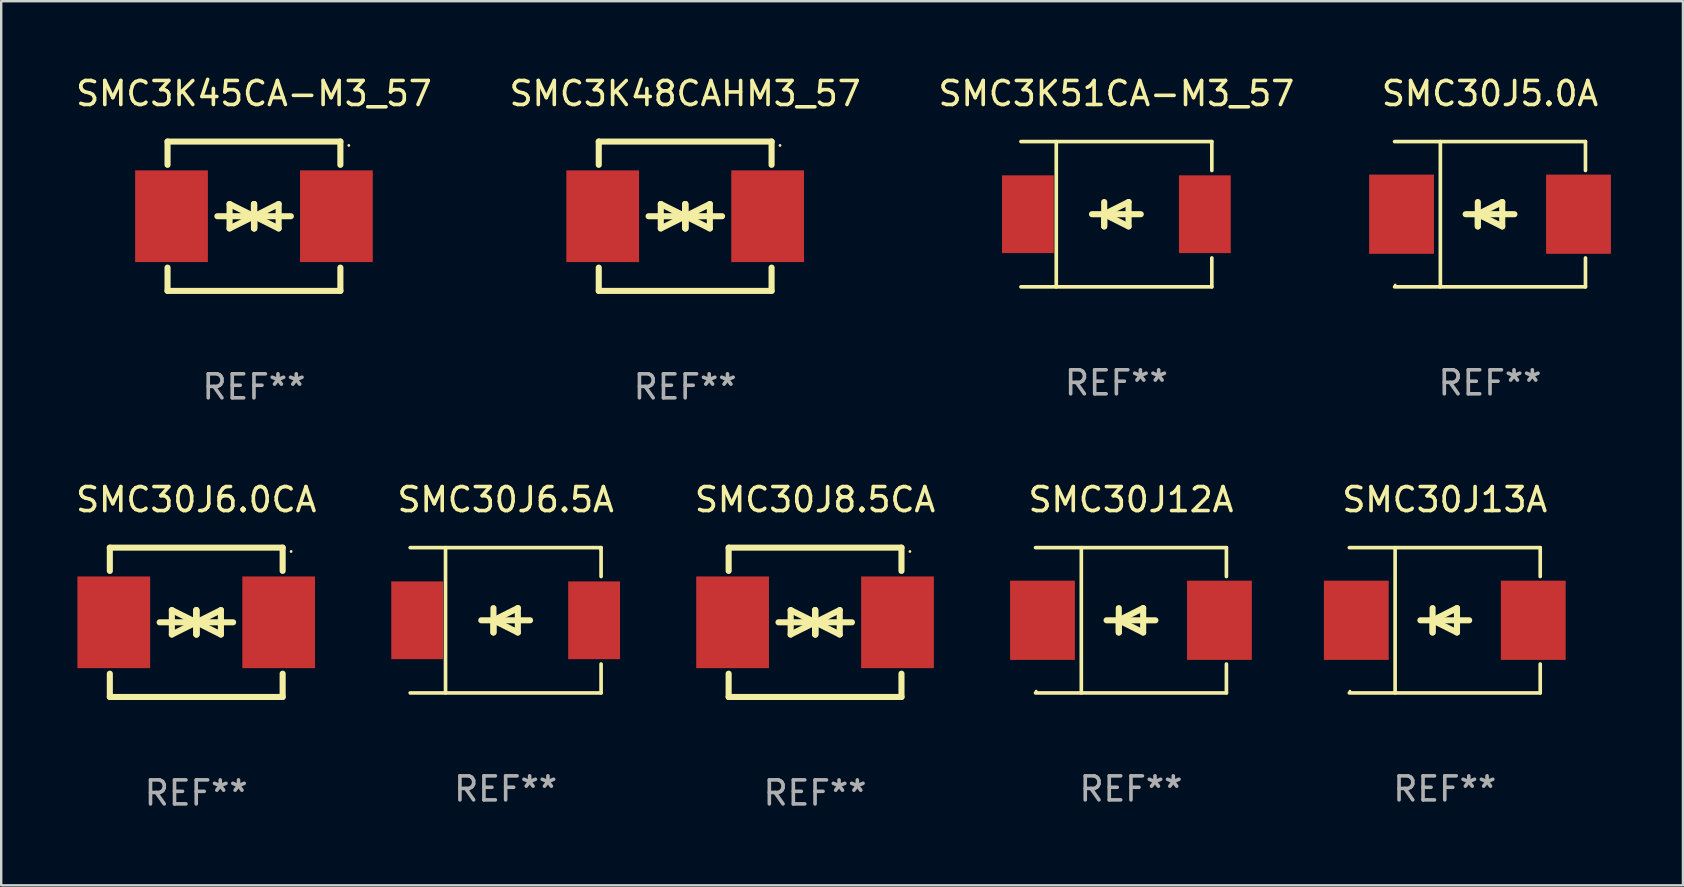
<source format=kicad_pcb>
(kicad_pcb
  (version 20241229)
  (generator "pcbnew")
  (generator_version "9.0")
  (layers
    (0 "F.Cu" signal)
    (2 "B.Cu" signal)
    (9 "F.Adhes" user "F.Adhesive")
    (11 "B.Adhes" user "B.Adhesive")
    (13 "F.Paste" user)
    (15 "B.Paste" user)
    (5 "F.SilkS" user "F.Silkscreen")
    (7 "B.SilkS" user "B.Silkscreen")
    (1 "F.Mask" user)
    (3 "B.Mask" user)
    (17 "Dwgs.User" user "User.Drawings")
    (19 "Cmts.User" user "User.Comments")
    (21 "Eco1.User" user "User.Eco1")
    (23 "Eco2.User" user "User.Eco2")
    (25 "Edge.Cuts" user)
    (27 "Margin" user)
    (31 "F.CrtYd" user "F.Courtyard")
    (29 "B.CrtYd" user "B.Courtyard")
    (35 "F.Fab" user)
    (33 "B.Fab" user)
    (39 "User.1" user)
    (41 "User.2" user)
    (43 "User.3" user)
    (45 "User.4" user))
  (footprint "SMC30J13A"
    (layer "F.Cu")
    (at 57.139 22.791)
    (property "Reference" "SMC30J13A" (at 0 -5.026 0) (layer "F.SilkS") (effects (font (size 1 1) (thickness 0.15))))
    (attr through_hole)
    (fp_line (start -3.976 -3.026) (end 3.976 -3.026) (stroke (width 0.152) (type solid)) (layer "F.SilkS"))
    (fp_line (start -3.976 3.026) (end 3.976 3.026) (stroke (width 0.152) (type solid)) (layer "F.SilkS"))
    (fp_line (start -2.069 -3.026) (end -2.069 3.026) (stroke (width 0.152) (type solid)) (layer "F.SilkS"))
    (fp_line (start -0.508 0) (end -0.508 0.508) (stroke (width 0.254) (type solid)) (layer "F.SilkS"))
    (fp_line (start -0.508 0) (end 0.508 0.508) (stroke (width 0.254) (type solid)) (layer "F.SilkS"))
    (fp_line (start -0.508 0.508) (end -0.508 -0.508) (stroke (width 0.254) (type solid)) (layer "F.SilkS"))
    (fp_line (start 0.508 -0.508) (end -0.508 0) (stroke (width 0.254) (type solid)) (layer "F.SilkS"))
    (fp_line (start 0.508 0.508) (end 0.508 -0.508) (stroke (width 0.254) (type solid)) (layer "F.SilkS"))
    (fp_line (start 1.016 0) (end -1.016 0) (stroke (width 0.254) (type solid)) (layer "F.SilkS"))
    (fp_line (start 3.976 -3.026) (end 3.976 -1.823) (stroke (width 0.152) (type solid)) (layer "F.SilkS"))
    (fp_line (start 3.976 3.026) (end 3.976 1.823) (stroke (width 0.152) (type solid)) (layer "F.SilkS"))
    (fp_circle (center -3.95 2.95) (end -3.92 2.95) (stroke (width 0.06) (type solid)) (fill no) (layer "F.SilkS"))
    (fp_text user "REF**" (at 0 7.026 0) (layer "F.Fab") (effects (font (size 1 1) (thickness 0.15))))
    (pad "1" smd rect (at -3.686 0) (size 2.7 3.3) (layers "F.Cu" "F.Mask" "F.Paste"))
    (pad "2" smd rect (at 3.686 0) (size 2.7 3.3) (layers "F.Cu" "F.Mask" "F.Paste")))
  (footprint "SMC3K51CA-M3_57"
    (layer "F.Cu")
    (at 43.458 5.874)
    (property "Reference" "SMC3K51CA-M3_57" (at 0 -5.026 0) (layer "F.SilkS") (effects (font (size 1 1) (thickness 0.15))))
    (attr through_hole)
    (fp_line (start -3.976 -3.026) (end 3.976 -3.026) (stroke (width 0.152) (type solid)) (layer "F.SilkS"))
    (fp_line (start -3.976 3.026) (end 3.976 3.026) (stroke (width 0.152) (type solid)) (layer "F.SilkS"))
    (fp_line (start -2.504 -3.026) (end -2.504 3.026) (stroke (width 0.152) (type solid)) (layer "F.SilkS"))
    (fp_line (start -0.508 0) (end -0.508 0.508) (stroke (width 0.254) (type solid)) (layer "F.SilkS"))
    (fp_line (start -0.508 0) (end 0.508 0.508) (stroke (width 0.254) (type solid)) (layer "F.SilkS"))
    (fp_line (start -0.508 0.508) (end -0.508 -0.508) (stroke (width 0.254) (type solid)) (layer "F.SilkS"))
    (fp_line (start 0.508 -0.508) (end -0.508 0) (stroke (width 0.254) (type solid)) (layer "F.SilkS"))
    (fp_line (start 0.508 0.508) (end 0.508 -0.508) (stroke (width 0.254) (type solid)) (layer "F.SilkS"))
    (fp_line (start 1.016 0) (end -1.016 0) (stroke (width 0.254) (type solid)) (layer "F.SilkS"))
    (fp_line (start 3.976 -3.026) (end 3.976 -1.823) (stroke (width 0.152) (type solid)) (layer "F.SilkS"))
    (fp_line (start 3.976 3.026) (end 3.976 1.823) (stroke (width 0.152) (type solid)) (layer "F.SilkS"))
    (fp_circle (center 3.95 -2.95) (end 3.98 -2.95) (stroke (width 0.06) (type solid)) (fill no) (layer "F.SilkS"))
    (fp_text user "REF**" (at 0 7.026 0) (layer "F.Fab") (effects (font (size 1 1) (thickness 0.15))))
    (pad "1" smd rect (at 3.686 0 180) (size 2.158 3.24) (layers "F.Cu" "F.Mask" "F.Paste"))
    (pad "2" smd rect (at -3.686 0 180) (size 2.158 3.24) (layers "F.Cu" "F.Mask" "F.Paste")))
  (footprint "SMC30J12A"
    (layer "F.Cu")
    (at 44.066 22.791)
    (property "Reference" "SMC30J12A" (at 0 -5.026 0) (layer "F.SilkS") (effects (font (size 1 1) (thickness 0.15))))
    (attr through_hole)
    (fp_line (start -3.976 -3.026) (end 3.976 -3.026) (stroke (width 0.152) (type solid)) (layer "F.SilkS"))
    (fp_line (start -3.976 3.026) (end 3.976 3.026) (stroke (width 0.152) (type solid)) (layer "F.SilkS"))
    (fp_line (start -2.069 -3.026) (end -2.069 3.026) (stroke (width 0.152) (type solid)) (layer "F.SilkS"))
    (fp_line (start -0.508 0) (end -0.508 0.508) (stroke (width 0.254) (type solid)) (layer "F.SilkS"))
    (fp_line (start -0.508 0) (end 0.508 0.508) (stroke (width 0.254) (type solid)) (layer "F.SilkS"))
    (fp_line (start -0.508 0.508) (end -0.508 -0.508) (stroke (width 0.254) (type solid)) (layer "F.SilkS"))
    (fp_line (start 0.508 -0.508) (end -0.508 0) (stroke (width 0.254) (type solid)) (layer "F.SilkS"))
    (fp_line (start 0.508 0.508) (end 0.508 -0.508) (stroke (width 0.254) (type solid)) (layer "F.SilkS"))
    (fp_line (start 1.016 0) (end -1.016 0) (stroke (width 0.254) (type solid)) (layer "F.SilkS"))
    (fp_line (start 3.976 -3.026) (end 3.976 -1.823) (stroke (width 0.152) (type solid)) (layer "F.SilkS"))
    (fp_line (start 3.976 3.026) (end 3.976 1.823) (stroke (width 0.152) (type solid)) (layer "F.SilkS"))
    (fp_circle (center -3.95 2.95) (end -3.92 2.95) (stroke (width 0.06) (type solid)) (fill no) (layer "F.SilkS"))
    (fp_text user "REF**" (at 0 7.026 0) (layer "F.Fab") (effects (font (size 1 1) (thickness 0.15))))
    (pad "1" smd rect (at -3.686 0) (size 2.7 3.3) (layers "F.Cu" "F.Mask" "F.Paste"))
    (pad "2" smd rect (at 3.686 0) (size 2.7 3.3) (layers "F.Cu" "F.Mask" "F.Paste")))
  (footprint "SMC30J6.0CA"
    (layer "F.Cu")
    (at 5.125 22.875)
    (property "Reference" "SMC30J6.0CA" (at 0 -5.11 0) (layer "F.SilkS") (effects (font (size 1 1) (thickness 0.15))))
    (attr through_hole)
    (fp_line (start -3.6 -2.141) (end -3.6 -3.11) (stroke (width 0.254) (type solid)) (layer "F.SilkS"))
    (fp_line (start -3.6 3.11) (end -3.6 2.141) (stroke (width 0.254) (type solid)) (layer "F.SilkS"))
    (fp_line (start -1.524 0) (end 0.508 0) (stroke (width 0.254) (type solid)) (layer "F.SilkS"))
    (fp_line (start -1.016 -0.508) (end -1.016 0.508) (stroke (width 0.254) (type solid)) (layer "F.SilkS"))
    (fp_line (start -1.016 0.508) (end 0 0) (stroke (width 0.254) (type solid)) (layer "F.SilkS"))
    (fp_line (start 0 -0.508) (end 0 0.508) (stroke (width 0.254) (type solid)) (layer "F.SilkS"))
    (fp_line (start 0 0) (end -1.016 -0.508) (stroke (width 0.254) (type solid)) (layer "F.SilkS"))
    (fp_line (start 0 0) (end 0 -0.508) (stroke (width 0.254) (type solid)) (layer "F.SilkS"))
    (fp_line (start 0.012 0) (end 0.012 0.508) (stroke (width 0.254) (type solid)) (layer "F.SilkS"))
    (fp_line (start 0.012 0) (end 1.028 0.508) (stroke (width 0.254) (type solid)) (layer "F.SilkS"))
    (fp_line (start 0.012 0.508) (end 0.012 -0.508) (stroke (width 0.254) (type solid)) (layer "F.SilkS"))
    (fp_line (start 1.028 -0.508) (end 0.012 0) (stroke (width 0.254) (type solid)) (layer "F.SilkS"))
    (fp_line (start 1.028 0.508) (end 1.028 -0.508) (stroke (width 0.254) (type solid)) (layer "F.SilkS"))
    (fp_line (start 1.536 0) (end -0.496 0) (stroke (width 0.254) (type solid)) (layer "F.SilkS"))
    (fp_line (start 3.6 -3.11) (end -3.6 -3.11) (stroke (width 0.254) (type solid)) (layer "F.SilkS"))
    (fp_line (start 3.6 -2.141) (end 3.6 -3.11) (stroke (width 0.254) (type solid)) (layer "F.SilkS"))
    (fp_line (start 3.6 3.11) (end -3.6 3.11) (stroke (width 0.254) (type solid)) (layer "F.SilkS"))
    (fp_line (start 3.6 3.11) (end 3.6 2.141) (stroke (width 0.254) (type solid)) (layer "F.SilkS"))
    (fp_circle (center 3.952 -2.95) (end 3.982 -2.95) (stroke (width 0.06) (type solid)) (fill no) (layer "F.SilkS"))
    (fp_text user "REF**" (at 0 7.11 0) (layer "F.Fab") (effects (font (size 1 1) (thickness 0.15))))
    (pad "1" smd rect (at 3.435 0) (size 3.03 3.82) (layers "F.Cu" "F.Mask" "F.Paste"))
    (pad "2" smd rect (at -3.435 0) (size 3.03 3.82) (layers "F.Cu" "F.Mask" "F.Paste")))
  (footprint "SMC30J6.5A"
    (layer "F.Cu")
    (at 18.015 22.791)
    (property "Reference" "SMC30J6.5A" (at 0 -5.026 0) (layer "F.SilkS") (effects (font (size 1 1) (thickness 0.15))))
    (attr through_hole)
    (fp_line (start -3.976 -3.026) (end 3.976 -3.026) (stroke (width 0.152) (type solid)) (layer "F.SilkS"))
    (fp_line (start -3.976 3.026) (end 3.976 3.026) (stroke (width 0.152) (type solid)) (layer "F.SilkS"))
    (fp_line (start -2.504 -3.026) (end -2.504 3.026) (stroke (width 0.152) (type solid)) (layer "F.SilkS"))
    (fp_line (start -0.508 0) (end -0.508 0.508) (stroke (width 0.254) (type solid)) (layer "F.SilkS"))
    (fp_line (start -0.508 0) (end 0.508 0.508) (stroke (width 0.254) (type solid)) (layer "F.SilkS"))
    (fp_line (start -0.508 0.508) (end -0.508 -0.508) (stroke (width 0.254) (type solid)) (layer "F.SilkS"))
    (fp_line (start 0.508 -0.508) (end -0.508 0) (stroke (width 0.254) (type solid)) (layer "F.SilkS"))
    (fp_line (start 0.508 0.508) (end 0.508 -0.508) (stroke (width 0.254) (type solid)) (layer "F.SilkS"))
    (fp_line (start 1.016 0) (end -1.016 0) (stroke (width 0.254) (type solid)) (layer "F.SilkS"))
    (fp_line (start 3.976 -3.026) (end 3.976 -1.823) (stroke (width 0.152) (type solid)) (layer "F.SilkS"))
    (fp_line (start 3.976 3.026) (end 3.976 1.823) (stroke (width 0.152) (type solid)) (layer "F.SilkS"))
    (fp_circle (center 3.95 -2.95) (end 3.98 -2.95) (stroke (width 0.06) (type solid)) (fill no) (layer "F.SilkS"))
    (fp_text user "REF**" (at 0 7.026 0) (layer "F.Fab") (effects (font (size 1 1) (thickness 0.15))))
    (pad "1" smd rect (at 3.686 0 180) (size 2.158 3.24) (layers "F.Cu" "F.Mask" "F.Paste"))
    (pad "2" smd rect (at -3.686 0 180) (size 2.158 3.24) (layers "F.Cu" "F.Mask" "F.Paste")))
  (footprint "SMC30J5.0A"
    (layer "F.Cu")
    (at 59.024 5.874)
    (property "Reference" "SMC30J5.0A" (at 0 -5.026 0) (layer "F.SilkS") (effects (font (size 1 1) (thickness 0.15))))
    (attr through_hole)
    (fp_line (start -3.976 -3.026) (end 3.976 -3.026) (stroke (width 0.152) (type solid)) (layer "F.SilkS"))
    (fp_line (start -3.976 3.026) (end 3.976 3.026) (stroke (width 0.152) (type solid)) (layer "F.SilkS"))
    (fp_line (start -2.069 -3.026) (end -2.069 3.026) (stroke (width 0.152) (type solid)) (layer "F.SilkS"))
    (fp_line (start -0.508 0) (end -0.508 0.508) (stroke (width 0.254) (type solid)) (layer "F.SilkS"))
    (fp_line (start -0.508 0) (end 0.508 0.508) (stroke (width 0.254) (type solid)) (layer "F.SilkS"))
    (fp_line (start -0.508 0.508) (end -0.508 -0.508) (stroke (width 0.254) (type solid)) (layer "F.SilkS"))
    (fp_line (start 0.508 -0.508) (end -0.508 0) (stroke (width 0.254) (type solid)) (layer "F.SilkS"))
    (fp_line (start 0.508 0.508) (end 0.508 -0.508) (stroke (width 0.254) (type solid)) (layer "F.SilkS"))
    (fp_line (start 1.016 0) (end -1.016 0) (stroke (width 0.254) (type solid)) (layer "F.SilkS"))
    (fp_line (start 3.976 -3.026) (end 3.976 -1.823) (stroke (width 0.152) (type solid)) (layer "F.SilkS"))
    (fp_line (start 3.976 3.026) (end 3.976 1.823) (stroke (width 0.152) (type solid)) (layer "F.SilkS"))
    (fp_circle (center -3.95 2.95) (end -3.92 2.95) (stroke (width 0.06) (type solid)) (fill no) (layer "F.SilkS"))
    (fp_text user "REF**" (at 0 7.026 0) (layer "F.Fab") (effects (font (size 1 1) (thickness 0.15))))
    (pad "1" smd rect (at -3.686 0) (size 2.7 3.3) (layers "F.Cu" "F.Mask" "F.Paste"))
    (pad "2" smd rect (at 3.686 0) (size 2.7 3.3) (layers "F.Cu" "F.Mask" "F.Paste")))
  (footprint "SMC30J8.5CA"
    (layer "F.Cu")
    (at 30.905 22.875)
    (property "Reference" "SMC30J8.5CA" (at 0 -5.11 0) (layer "F.SilkS") (effects (font (size 1 1) (thickness 0.15))))
    (attr through_hole)
    (fp_line (start -3.6 -2.141) (end -3.6 -3.11) (stroke (width 0.254) (type solid)) (layer "F.SilkS"))
    (fp_line (start -3.6 3.11) (end -3.6 2.141) (stroke (width 0.254) (type solid)) (layer "F.SilkS"))
    (fp_line (start -1.524 0) (end 0.508 0) (stroke (width 0.254) (type solid)) (layer "F.SilkS"))
    (fp_line (start -1.016 -0.508) (end -1.016 0.508) (stroke (width 0.254) (type solid)) (layer "F.SilkS"))
    (fp_line (start -1.016 0.508) (end 0 0) (stroke (width 0.254) (type solid)) (layer "F.SilkS"))
    (fp_line (start 0 -0.508) (end 0 0.508) (stroke (width 0.254) (type solid)) (layer "F.SilkS"))
    (fp_line (start 0 0) (end -1.016 -0.508) (stroke (width 0.254) (type solid)) (layer "F.SilkS"))
    (fp_line (start 0 0) (end 0 -0.508) (stroke (width 0.254) (type solid)) (layer "F.SilkS"))
    (fp_line (start 0.012 0) (end 0.012 0.508) (stroke (width 0.254) (type solid)) (layer "F.SilkS"))
    (fp_line (start 0.012 0) (end 1.028 0.508) (stroke (width 0.254) (type solid)) (layer "F.SilkS"))
    (fp_line (start 0.012 0.508) (end 0.012 -0.508) (stroke (width 0.254) (type solid)) (layer "F.SilkS"))
    (fp_line (start 1.028 -0.508) (end 0.012 0) (stroke (width 0.254) (type solid)) (layer "F.SilkS"))
    (fp_line (start 1.028 0.508) (end 1.028 -0.508) (stroke (width 0.254) (type solid)) (layer "F.SilkS"))
    (fp_line (start 1.536 0) (end -0.496 0) (stroke (width 0.254) (type solid)) (layer "F.SilkS"))
    (fp_line (start 3.6 -3.11) (end -3.6 -3.11) (stroke (width 0.254) (type solid)) (layer "F.SilkS"))
    (fp_line (start 3.6 -2.141) (end 3.6 -3.11) (stroke (width 0.254) (type solid)) (layer "F.SilkS"))
    (fp_line (start 3.6 3.11) (end -3.6 3.11) (stroke (width 0.254) (type solid)) (layer "F.SilkS"))
    (fp_line (start 3.6 3.11) (end 3.6 2.141) (stroke (width 0.254) (type solid)) (layer "F.SilkS"))
    (fp_circle (center 3.952 -2.95) (end 3.982 -2.95) (stroke (width 0.06) (type solid)) (fill no) (layer "F.SilkS"))
    (fp_text user "REF**" (at 0 7.11 0) (layer "F.Fab") (effects (font (size 1 1) (thickness 0.15))))
    (pad "1" smd rect (at 3.435 0) (size 3.03 3.82) (layers "F.Cu" "F.Mask" "F.Paste"))
    (pad "2" smd rect (at -3.435 0) (size 3.03 3.82) (layers "F.Cu" "F.Mask" "F.Paste")))
  (footprint "SMC3K48CAHM3_57"
    (layer "F.Cu")
    (at 25.494 5.958)
    (property "Reference" "SMC3K48CAHM3_57" (at 0 -5.11 0) (layer "F.SilkS") (effects (font (size 1 1) (thickness 0.15))))
    (attr through_hole)
    (fp_line (start -3.6 -2.141) (end -3.6 -3.11) (stroke (width 0.254) (type solid)) (layer "F.SilkS"))
    (fp_line (start -3.6 3.11) (end -3.6 2.141) (stroke (width 0.254) (type solid)) (layer "F.SilkS"))
    (fp_line (start -1.524 0) (end 0.508 0) (stroke (width 0.254) (type solid)) (layer "F.SilkS"))
    (fp_line (start -1.016 -0.508) (end -1.016 0.508) (stroke (width 0.254) (type solid)) (layer "F.SilkS"))
    (fp_line (start -1.016 0.508) (end 0 0) (stroke (width 0.254) (type solid)) (layer "F.SilkS"))
    (fp_line (start 0 -0.508) (end 0 0.508) (stroke (width 0.254) (type solid)) (layer "F.SilkS"))
    (fp_line (start 0 0) (end -1.016 -0.508) (stroke (width 0.254) (type solid)) (layer "F.SilkS"))
    (fp_line (start 0 0) (end 0 -0.508) (stroke (width 0.254) (type solid)) (layer "F.SilkS"))
    (fp_line (start 0.012 0) (end 0.012 0.508) (stroke (width 0.254) (type solid)) (layer "F.SilkS"))
    (fp_line (start 0.012 0) (end 1.028 0.508) (stroke (width 0.254) (type solid)) (layer "F.SilkS"))
    (fp_line (start 0.012 0.508) (end 0.012 -0.508) (stroke (width 0.254) (type solid)) (layer "F.SilkS"))
    (fp_line (start 1.028 -0.508) (end 0.012 0) (stroke (width 0.254) (type solid)) (layer "F.SilkS"))
    (fp_line (start 1.028 0.508) (end 1.028 -0.508) (stroke (width 0.254) (type solid)) (layer "F.SilkS"))
    (fp_line (start 1.536 0) (end -0.496 0) (stroke (width 0.254) (type solid)) (layer "F.SilkS"))
    (fp_line (start 3.6 -3.11) (end -3.6 -3.11) (stroke (width 0.254) (type solid)) (layer "F.SilkS"))
    (fp_line (start 3.6 -2.141) (end 3.6 -3.11) (stroke (width 0.254) (type solid)) (layer "F.SilkS"))
    (fp_line (start 3.6 3.11) (end -3.6 3.11) (stroke (width 0.254) (type solid)) (layer "F.SilkS"))
    (fp_line (start 3.6 3.11) (end 3.6 2.141) (stroke (width 0.254) (type solid)) (layer "F.SilkS"))
    (fp_circle (center 3.952 -2.95) (end 3.982 -2.95) (stroke (width 0.06) (type solid)) (fill no) (layer "F.SilkS"))
    (fp_text user "REF**" (at 0 7.11 0) (layer "F.Fab") (effects (font (size 1 1) (thickness 0.15))))
    (pad "1" smd rect (at 3.435 0) (size 3.03 3.82) (layers "F.Cu" "F.Mask" "F.Paste"))
    (pad "2" smd rect (at -3.435 0) (size 3.03 3.82) (layers "F.Cu" "F.Mask" "F.Paste")))
  (footprint "SMC3K45CA-M3_57"
    (layer "F.Cu")
    (at 7.53 5.958)
    (property "Reference" "SMC3K45CA-M3_57" (at 0 -5.11 0) (layer "F.SilkS") (effects (font (size 1 1) (thickness 0.15))))
    (attr through_hole)
    (fp_line (start -3.6 -2.141) (end -3.6 -3.11) (stroke (width 0.254) (type solid)) (layer "F.SilkS"))
    (fp_line (start -3.6 3.11) (end -3.6 2.141) (stroke (width 0.254) (type solid)) (layer "F.SilkS"))
    (fp_line (start -1.524 0) (end 0.508 0) (stroke (width 0.254) (type solid)) (layer "F.SilkS"))
    (fp_line (start -1.016 -0.508) (end -1.016 0.508) (stroke (width 0.254) (type solid)) (layer "F.SilkS"))
    (fp_line (start -1.016 0.508) (end 0 0) (stroke (width 0.254) (type solid)) (layer "F.SilkS"))
    (fp_line (start 0 -0.508) (end 0 0.508) (stroke (width 0.254) (type solid)) (layer "F.SilkS"))
    (fp_line (start 0 0) (end -1.016 -0.508) (stroke (width 0.254) (type solid)) (layer "F.SilkS"))
    (fp_line (start 0 0) (end 0 -0.508) (stroke (width 0.254) (type solid)) (layer "F.SilkS"))
    (fp_line (start 0.012 0) (end 0.012 0.508) (stroke (width 0.254) (type solid)) (layer "F.SilkS"))
    (fp_line (start 0.012 0) (end 1.028 0.508) (stroke (width 0.254) (type solid)) (layer "F.SilkS"))
    (fp_line (start 0.012 0.508) (end 0.012 -0.508) (stroke (width 0.254) (type solid)) (layer "F.SilkS"))
    (fp_line (start 1.028 -0.508) (end 0.012 0) (stroke (width 0.254) (type solid)) (layer "F.SilkS"))
    (fp_line (start 1.028 0.508) (end 1.028 -0.508) (stroke (width 0.254) (type solid)) (layer "F.SilkS"))
    (fp_line (start 1.536 0) (end -0.496 0) (stroke (width 0.254) (type solid)) (layer "F.SilkS"))
    (fp_line (start 3.6 -3.11) (end -3.6 -3.11) (stroke (width 0.254) (type solid)) (layer "F.SilkS"))
    (fp_line (start 3.6 -2.141) (end 3.6 -3.11) (stroke (width 0.254) (type solid)) (layer "F.SilkS"))
    (fp_line (start 3.6 3.11) (end -3.6 3.11) (stroke (width 0.254) (type solid)) (layer "F.SilkS"))
    (fp_line (start 3.6 3.11) (end 3.6 2.141) (stroke (width 0.254) (type solid)) (layer "F.SilkS"))
    (fp_circle (center 3.952 -2.95) (end 3.982 -2.95) (stroke (width 0.06) (type solid)) (fill no) (layer "F.SilkS"))
    (fp_text user "REF**" (at 0 7.11 0) (layer "F.Fab") (effects (font (size 1 1) (thickness 0.15))))
    (pad "1" smd rect (at 3.435 0) (size 3.03 3.82) (layers "F.Cu" "F.Mask" "F.Paste"))
    (pad "2" smd rect (at -3.435 0) (size 3.03 3.82) (layers "F.Cu" "F.Mask" "F.Paste")))
  (gr_rect
    (start -3 -3)
    (end 67.061 33.833)
    (stroke (width 0.1) (type default))
    (fill no)
    (layer "Edge.Cuts")))
</source>
